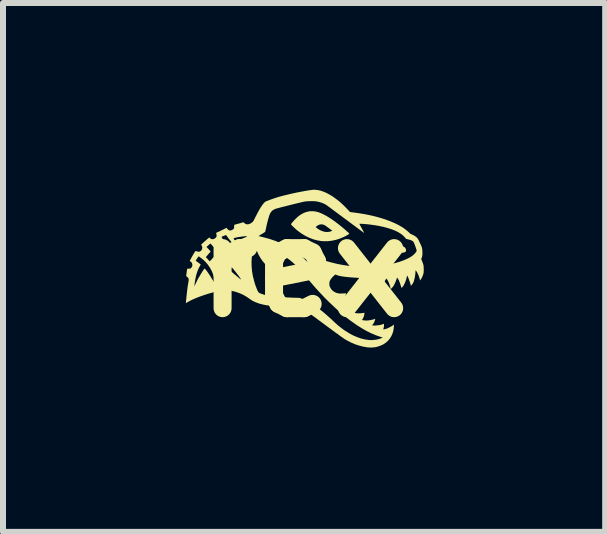
<source format=kicad_pcb>
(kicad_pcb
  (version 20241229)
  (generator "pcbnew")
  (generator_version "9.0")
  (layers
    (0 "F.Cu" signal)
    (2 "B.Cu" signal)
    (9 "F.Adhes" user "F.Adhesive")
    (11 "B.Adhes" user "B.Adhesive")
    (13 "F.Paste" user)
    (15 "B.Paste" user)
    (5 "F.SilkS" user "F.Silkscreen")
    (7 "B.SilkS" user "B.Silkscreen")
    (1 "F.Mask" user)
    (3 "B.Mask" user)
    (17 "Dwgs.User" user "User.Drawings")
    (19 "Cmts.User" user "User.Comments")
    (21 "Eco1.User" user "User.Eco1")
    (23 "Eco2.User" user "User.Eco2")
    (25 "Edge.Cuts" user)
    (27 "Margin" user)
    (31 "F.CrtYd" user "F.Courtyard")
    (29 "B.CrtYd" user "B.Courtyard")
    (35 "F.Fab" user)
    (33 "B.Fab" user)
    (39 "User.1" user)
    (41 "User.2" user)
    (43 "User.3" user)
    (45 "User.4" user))
  (footprint "rex"
    (layer "F.Cu")
    (at 2.014 1.404)
    (property "Reference" "rex" (at 0 0 0) (layer "F.SilkS") (effects (font (size 1.5 1.5) (thickness 0.3))))
    (attr board_only exclude_from_pos_files exclude_from_bom)
    (fp_poly (pts (xy 1.584 -0.367) (xy 1.606 -0.365) (xy 1.622 -0.362) (xy 1.622 -0.362) (xy 1.65 -0.352) (xy 1.672 -0.338) (xy 1.688 -0.321) (xy 1.697 -0.301) (xy 1.699 -0.282) (xy 1.695 -0.268) (xy 1.685 -0.257) (xy 1.669 -0.25) (xy 1.662 -0.248) (xy 1.641 -0.245) (xy 1.625 -0.244) (xy 1.611 -0.248) (xy 1.601 -0.252) (xy 1.589 -0.26) (xy 1.58 -0.269) (xy 1.577 -0.273) (xy 1.572 -0.279) (xy 1.566 -0.283) (xy 1.556 -0.288) (xy 1.541 -0.293) (xy 1.534 -0.296) (xy 1.503 -0.305) (xy 1.476 -0.312) (xy 1.452 -0.317) (xy 1.427 -0.32) (xy 1.401 -0.322) (xy 1.383 -0.322) (xy 1.371 -0.323) (xy 1.364 -0.324) (xy 1.363 -0.325) (xy 1.365 -0.327) (xy 1.369 -0.329) (xy 1.382 -0.334) (xy 1.401 -0.34) (xy 1.423 -0.346) (xy 1.446 -0.352) (xy 1.468 -0.357) (xy 1.487 -0.361) (xy 1.488 -0.362) (xy 1.51 -0.365) (xy 1.534 -0.367) (xy 1.56 -0.367)) (stroke (width 0) (type solid)) (fill yes) (layer "F.SilkS"))
    (fp_poly (pts (xy 0.189 -0.932) (xy 0.239 -0.92) (xy 0.249 -0.916) (xy 0.294 -0.898) (xy 0.342 -0.874) (xy 0.394 -0.845) (xy 0.449 -0.81) (xy 0.506 -0.771) (xy 0.565 -0.726) (xy 0.59 -0.707) (xy 0.609 -0.691) (xy 0.63 -0.674) (xy 0.651 -0.656) (xy 0.673 -0.638) (xy 0.693 -0.62) (xy 0.712 -0.603) (xy 0.728 -0.589) (xy 0.741 -0.577) (xy 0.75 -0.568) (xy 0.754 -0.563) (xy 0.754 -0.563) (xy 0.751 -0.559) (xy 0.742 -0.552) (xy 0.729 -0.544) (xy 0.712 -0.534) (xy 0.694 -0.524) (xy 0.674 -0.514) (xy 0.66 -0.507) (xy 0.595 -0.48) (xy 0.529 -0.459) (xy 0.461 -0.445) (xy 0.393 -0.437) (xy 0.326 -0.437) (xy 0.289 -0.439) (xy 0.223 -0.45) (xy 0.157 -0.467) (xy 0.092 -0.492) (xy 0.027 -0.523) (xy -0.036 -0.56) (xy -0.096 -0.603) (xy -0.107 -0.612) (xy -0.12 -0.622) (xy -0.135 -0.635) (xy -0.151 -0.65) (xy -0.167 -0.665) (xy -0.174 -0.672) (xy 0.193 -0.672) (xy 0.203 -0.664) (xy 0.239 -0.637) (xy 0.276 -0.616) (xy 0.314 -0.601) (xy 0.352 -0.592) (xy 0.389 -0.59) (xy 0.423 -0.594) (xy 0.437 -0.598) (xy 0.451 -0.603) (xy 0.458 -0.606) (xy 0.469 -0.612) (xy 0.412 -0.655) (xy 0.393 -0.669) (xy 0.374 -0.683) (xy 0.357 -0.695) (xy 0.343 -0.704) (xy 0.334 -0.708) (xy 0.308 -0.716) (xy 0.281 -0.718) (xy 0.254 -0.712) (xy 0.227 -0.7) (xy 0.208 -0.685) (xy 0.193 -0.672) (xy -0.174 -0.672) (xy -0.183 -0.68) (xy -0.196 -0.693) (xy -0.207 -0.705) (xy -0.215 -0.713) (xy -0.218 -0.717) (xy -0.218 -0.717) (xy -0.215 -0.724) (xy -0.208 -0.735) (xy -0.197 -0.749) (xy -0.182 -0.765) (xy -0.166 -0.783) (xy -0.149 -0.801) (xy -0.131 -0.819) (xy -0.113 -0.836) (xy -0.097 -0.85) (xy -0.095 -0.852) (xy -0.05 -0.884) (xy -0.004 -0.908) (xy 0.043 -0.925) (xy 0.091 -0.935) (xy 0.14 -0.937)) (stroke (width 0) (type solid)) (fill yes) (layer "F.SilkS"))
    (fp_poly (pts (xy 0.218 -1.29) (xy 0.267 -1.281) (xy 0.318 -1.264) (xy 0.371 -1.242) (xy 0.425 -1.213) (xy 0.481 -1.179) (xy 0.533 -1.141) (xy 0.568 -1.114) (xy 0.601 -1.087) (xy 0.634 -1.057) (xy 0.668 -1.025) (xy 0.704 -0.988) (xy 0.743 -0.947) (xy 0.744 -0.946) (xy 0.765 -0.923) (xy 0.828 -0.915) (xy 0.926 -0.901) (xy 1.022 -0.885) (xy 1.114 -0.866) (xy 1.204 -0.844) (xy 1.289 -0.82) (xy 1.369 -0.794) (xy 1.445 -0.765) (xy 1.515 -0.735) (xy 1.579 -0.703) (xy 1.636 -0.67) (xy 1.648 -0.662) (xy 1.665 -0.65) (xy 1.684 -0.636) (xy 1.703 -0.621) (xy 1.722 -0.605) (xy 1.738 -0.591) (xy 1.751 -0.579) (xy 1.76 -0.57) (xy 1.76 -0.57) (xy 1.77 -0.561) (xy 1.787 -0.553) (xy 1.794 -0.55) (xy 1.817 -0.539) (xy 1.841 -0.526) (xy 1.862 -0.511) (xy 1.88 -0.495) (xy 1.885 -0.49) (xy 1.894 -0.478) (xy 1.903 -0.463) (xy 1.91 -0.45) (xy 1.917 -0.435) (xy 1.925 -0.417) (xy 1.934 -0.398) (xy 1.937 -0.392) (xy 1.95 -0.364) (xy 1.959 -0.341) (xy 1.965 -0.319) (xy 1.969 -0.297) (xy 1.97 -0.272) (xy 1.971 -0.248) (xy 1.971 -0.225) (xy 1.97 -0.209) (xy 1.969 -0.196) (xy 1.967 -0.186) (xy 1.964 -0.175) (xy 1.961 -0.166) (xy 1.951 -0.138) (xy 1.962 -0.114) (xy 1.968 -0.099) (xy 1.975 -0.08) (xy 1.981 -0.061) (xy 1.983 -0.057) (xy 1.987 -0.043) (xy 1.989 -0.031) (xy 1.991 -0.018) (xy 1.992 -0.002) (xy 1.993 0.017) (xy 1.993 0.032) (xy 1.993 0.055) (xy 1.992 0.073) (xy 1.991 0.086) (xy 1.989 0.098) (xy 1.986 0.109) (xy 1.984 0.116) (xy 1.976 0.139) (xy 1.966 0.162) (xy 1.955 0.184) (xy 1.944 0.201) (xy 1.941 0.204) (xy 1.932 0.216) (xy 1.928 0.199) (xy 1.917 0.161) (xy 1.904 0.126) (xy 1.89 0.096) (xy 1.876 0.071) (xy 1.868 0.06) (xy 1.857 0.047) (xy 1.855 0.081) (xy 1.851 0.122) (xy 1.845 0.161) (xy 1.837 0.196) (xy 1.829 0.227) (xy 1.819 0.252) (xy 1.813 0.264) (xy 1.805 0.277) (xy 1.794 0.289) (xy 1.792 0.292) (xy 1.779 0.304) (xy 1.769 0.267) (xy 1.764 0.25) (xy 1.757 0.231) (xy 1.75 0.211) (xy 1.743 0.191) (xy 1.736 0.173) (xy 1.729 0.157) (xy 1.723 0.145) (xy 1.72 0.138) (xy 1.718 0.137) (xy 1.716 0.141) (xy 1.713 0.15) (xy 1.71 0.16) (xy 1.702 0.195) (xy 1.691 0.228) (xy 1.678 0.259) (xy 1.665 0.287) (xy 1.652 0.31) (xy 1.638 0.327) (xy 1.638 0.327) (xy 1.629 0.336) (xy 1.624 0.339) (xy 1.622 0.339) (xy 1.62 0.335) (xy 1.62 0.334) (xy 1.608 0.294) (xy 1.597 0.262) (xy 1.588 0.236) (xy 1.581 0.219) (xy 1.572 0.202) (xy 1.563 0.187) (xy 1.556 0.177) (xy 1.551 0.172) (xy 1.548 0.173) (xy 1.547 0.173) (xy 1.536 0.206) (xy 1.523 0.241) (xy 1.508 0.274) (xy 1.507 0.277) (xy 1.495 0.299) (xy 1.484 0.316) (xy 1.472 0.331) (xy 1.465 0.339) (xy 1.442 0.362) (xy 1.439 0.345) (xy 1.43 0.307) (xy 1.418 0.271) (xy 1.405 0.239) (xy 1.391 0.212) (xy 1.381 0.198) (xy 1.37 0.184) (xy 1.355 0.209) (xy 1.338 0.238) (xy 1.32 0.265) (xy 1.301 0.29) (xy 1.283 0.312) (xy 1.265 0.33) (xy 1.25 0.342) (xy 1.238 0.348) (xy 1.23 0.35) (xy 1.227 0.349) (xy 1.226 0.344) (xy 1.226 0.343) (xy 1.225 0.324) (xy 1.221 0.3) (xy 1.215 0.274) (xy 1.207 0.248) (xy 1.199 0.224) (xy 1.19 0.204) (xy 1.186 0.197) (xy 1.175 0.18) (xy 1.15 0.213) (xy 1.125 0.244) (xy 1.098 0.27) (xy 1.071 0.292) (xy 1.044 0.308) (xy 1.019 0.319) (xy 1.009 0.321) (xy 0.996 0.323) (xy 0.995 0.267) (xy 0.995 0.238) (xy 0.993 0.214) (xy 0.99 0.195) (xy 0.987 0.183) (xy 0.983 0.179) (xy 0.979 0.178) (xy 0.968 0.177) (xy 0.952 0.176) (xy 0.932 0.175) (xy 0.908 0.173) (xy 0.894 0.173) (xy 0.832 0.169) (xy 0.774 0.165) (xy 0.721 0.16) (xy 0.674 0.155) (xy 0.633 0.149) (xy 0.597 0.142) (xy 0.568 0.135) (xy 0.546 0.128) (xy 0.533 0.121) (xy 0.527 0.118) (xy 0.522 0.119) (xy 0.515 0.123) (xy 0.511 0.126) (xy 0.49 0.144) (xy 0.47 0.165) (xy 0.452 0.187) (xy 0.438 0.208) (xy 0.436 0.211) (xy 0.429 0.225) (xy 0.425 0.235) (xy 0.423 0.245) (xy 0.422 0.258) (xy 0.422 0.272) (xy 0.422 0.289) (xy 0.423 0.301) (xy 0.426 0.312) (xy 0.431 0.324) (xy 0.436 0.334) (xy 0.455 0.365) (xy 0.479 0.39) (xy 0.509 0.41) (xy 0.543 0.425) (xy 0.555 0.428) (xy 0.57 0.431) (xy 0.584 0.434) (xy 0.598 0.435) (xy 0.616 0.435) (xy 0.635 0.434) (xy 0.654 0.433) (xy 0.671 0.432) (xy 0.684 0.431) (xy 0.691 0.43) (xy 0.691 0.429) (xy 0.695 0.428) (xy 0.697 0.431) (xy 0.696 0.438) (xy 0.696 0.445) (xy 0.69 0.479) (xy 0.681 0.512) (xy 0.671 0.541) (xy 0.66 0.565) (xy 0.65 0.58) (xy 0.641 0.593) (xy 0.658 0.6) (xy 0.681 0.607) (xy 0.709 0.611) (xy 0.74 0.612) (xy 0.773 0.61) (xy 0.806 0.605) (xy 0.817 0.602) (xy 0.837 0.597) (xy 0.834 0.612) (xy 0.827 0.644) (xy 0.817 0.675) (xy 0.803 0.704) (xy 0.788 0.728) (xy 0.787 0.728) (xy 0.776 0.743) (xy 0.785 0.746) (xy 0.799 0.75) (xy 0.818 0.754) (xy 0.84 0.758) (xy 0.863 0.761) (xy 0.883 0.763) (xy 0.899 0.764) (xy 0.919 0.764) (xy 0.94 0.763) (xy 0.961 0.761) (xy 0.979 0.759) (xy 0.993 0.757) (xy 1 0.755) (xy 1.003 0.754) (xy 1.005 0.758) (xy 1.005 0.765) (xy 1.004 0.776) (xy 0.998 0.808) (xy 0.988 0.835) (xy 0.977 0.855) (xy 0.971 0.865) (xy 0.967 0.872) (xy 0.967 0.876) (xy 0.975 0.878) (xy 0.988 0.88) (xy 1.005 0.882) (xy 1.024 0.884) (xy 1.042 0.884) (xy 1.057 0.884) (xy 1.081 0.881) (xy 1.108 0.876) (xy 1.135 0.871) (xy 1.158 0.865) (xy 1.169 0.861) (xy 1.185 0.855) (xy 1.183 0.869) (xy 1.177 0.889) (xy 1.169 0.911) (xy 1.158 0.931) (xy 1.147 0.947) (xy 1.138 0.956) (xy 1.134 0.961) (xy 1.136 0.963) (xy 1.139 0.964) (xy 1.151 0.967) (xy 1.169 0.968) (xy 1.191 0.967) (xy 1.216 0.965) (xy 1.242 0.962) (xy 1.266 0.958) (xy 1.289 0.953) (xy 1.3 0.949) (xy 1.331 0.939) (xy 1.331 0.965) (xy 1.33 0.985) (xy 1.326 1.004) (xy 1.324 1.012) (xy 1.317 1.031) (xy 1.325 1.031) (xy 1.342 1.029) (xy 1.363 1.023) (xy 1.387 1.015) (xy 1.412 1.003) (xy 1.438 0.99) (xy 1.463 0.976) (xy 1.472 0.97) (xy 1.497 0.952) (xy 1.495 0.991) (xy 1.489 1.044) (xy 1.476 1.093) (xy 1.456 1.139) (xy 1.431 1.181) (xy 1.4 1.219) (xy 1.364 1.251) (xy 1.323 1.279) (xy 1.308 1.287) (xy 1.256 1.309) (xy 1.204 1.325) (xy 1.15 1.333) (xy 1.095 1.334) (xy 1.055 1.331) (xy 0.99 1.32) (xy 0.922 1.303) (xy 0.854 1.281) (xy 0.787 1.253) (xy 0.723 1.22) (xy 0.677 1.194) (xy 0.668 1.188) (xy 0.654 1.178) (xy 0.634 1.164) (xy 0.61 1.147) (xy 0.582 1.126) (xy 0.55 1.103) (xy 0.515 1.078) (xy 0.477 1.05) (xy 0.437 1.02) (xy 0.395 0.99) (xy 0.352 0.958) (xy 0.324 0.937) (xy 0.281 0.905) (xy 0.239 0.874) (xy 0.199 0.844) (xy 0.161 0.816) (xy 0.125 0.791) (xy 0.093 0.767) (xy 0.064 0.746) (xy 0.04 0.729) (xy 0.019 0.714) (xy 0.004 0.703) (xy -0.007 0.696) (xy -0.011 0.694) (xy -0.047 0.678) (xy -0.09 0.665) (xy -0.137 0.654) (xy -0.188 0.646) (xy -0.241 0.641) (xy -0.295 0.638) (xy -0.349 0.639) (xy -0.426 0.642) (xy -0.496 0.641) (xy -0.562 0.637) (xy -0.623 0.63) (xy -0.68 0.619) (xy -0.735 0.605) (xy -0.761 0.597) (xy -0.808 0.579) (xy -0.848 0.561) (xy -0.88 0.542) (xy -0.893 0.533) (xy -0.955 0.49) (xy -1.017 0.454) (xy -1.081 0.426) (xy -1.146 0.404) (xy -1.156 0.402) (xy -1.192 0.393) (xy -1.226 0.387) (xy -1.26 0.384) (xy -1.296 0.382) (xy -1.313 0.382) (xy -1.339 0.383) (xy -1.364 0.384) (xy -1.389 0.387) (xy -1.414 0.391) (xy -1.443 0.397) (xy -1.475 0.404) (xy -1.513 0.414) (xy -1.521 0.417) (xy -1.596 0.438) (xy -1.667 0.461) (xy -1.733 0.484) (xy -1.795 0.508) (xy -1.851 0.532) (xy -1.9 0.556) (xy -1.943 0.58) (xy -1.944 0.58) (xy -1.969 0.596) (xy -1.967 0.575) (xy -1.966 0.564) (xy -1.965 0.548) (xy -1.963 0.527) (xy -1.96 0.504) (xy -1.958 0.479) (xy -1.957 0.474) (xy -1.949 0.4) (xy -1.941 0.334) (xy -1.939 0.321) (xy -1.827 0.321) (xy -1.815 0.291) (xy -1.808 0.276) (xy -1.799 0.256) (xy -1.789 0.235) (xy -1.781 0.219) (xy -1.771 0.199) (xy -1.759 0.177) (xy -1.745 0.154) (xy -1.731 0.13) (xy -1.717 0.106) (xy -1.703 0.084) (xy -1.69 0.063) (xy -1.678 0.045) (xy -1.669 0.031) (xy -1.662 0.022) (xy -1.658 0.019) (xy -1.658 0.019) (xy -1.652 0.022) (xy -1.643 0.031) (xy -1.631 0.045) (xy -1.616 0.064) (xy -1.6 0.087) (xy -1.582 0.114) (xy -1.563 0.143) (xy -1.543 0.175) (xy -1.523 0.208) (xy -1.512 0.226) (xy -1.502 0.242) (xy -1.494 0.254) (xy -1.489 0.262) (xy -1.488 0.264) (xy -1.486 0.263) (xy -1.486 0.256) (xy -1.486 0.244) (xy -1.488 0.229) (xy -1.49 0.211) (xy -1.493 0.193) (xy -1.496 0.18) (xy -1.514 0.118) (xy -1.538 0.058) (xy -1.569 0.001) (xy -1.606 -0.051) (xy -1.649 -0.1) (xy -1.676 -0.125) (xy -1.689 -0.136) (xy -1.703 -0.148) (xy -1.719 -0.159) (xy -1.733 -0.169) (xy -1.738 -0.173) (xy -1.636 -0.173) (xy -1.624 -0.159) (xy -1.615 -0.149) (xy -1.603 -0.136) (xy -1.592 -0.123) (xy -1.591 -0.123) (xy -1.571 -0.101) (xy -1.544 -0.13) (xy -1.531 -0.144) (xy -1.517 -0.159) (xy -1.506 -0.171) (xy -1.501 -0.176) (xy -1.486 -0.193) (xy -1.432 -0.137) (xy -1.411 -0.116) (xy -1.387 -0.092) (xy -1.363 -0.068) (xy -1.34 -0.046) (xy -1.326 -0.033) (xy -1.306 -0.015) (xy -1.285 0.005) (xy -1.261 0.026) (xy -1.235 0.048) (xy -1.209 0.071) (xy -1.183 0.093) (xy -1.158 0.115) (xy -1.133 0.135) (xy -1.111 0.154) (xy -1.091 0.171) (xy -1.074 0.184) (xy -1.061 0.194) (xy -1.052 0.201) (xy -1.049 0.202) (xy -1.05 0.2) (xy -1.054 0.192) (xy -1.061 0.181) (xy -1.069 0.169) (xy -1.091 0.138) (xy -1.118 0.103) (xy -1.15 0.062) (xy -1.187 0.017) (xy -1.229 -0.032) (xy -1.275 -0.085) (xy -1.293 -0.106) (xy -0.875 -0.106) (xy -0.874 -0.025) (xy -0.867 0.058) (xy -0.853 0.143) (xy -0.831 0.229) (xy -0.816 0.28) (xy -0.808 0.303) (xy -0.798 0.329) (xy -0.789 0.353) (xy -0.782 0.371) (xy -0.773 0.39) (xy -0.766 0.403) (xy -0.758 0.414) (xy -0.749 0.422) (xy -0.736 0.429) (xy -0.718 0.437) (xy -0.696 0.444) (xy -0.661 0.456) (xy -0.62 0.465) (xy -0.574 0.474) (xy -0.521 0.482) (xy -0.463 0.488) (xy -0.398 0.494) (xy -0.326 0.498) (xy -0.247 0.501) (xy -0.212 0.503) (xy -0.077 0.507) (xy -0.041 0.518) (xy 0.003 0.536) (xy 0.051 0.559) (xy 0.103 0.588) (xy 0.157 0.623) (xy 0.215 0.663) (xy 0.274 0.707) (xy 0.335 0.757) (xy 0.397 0.811) (xy 0.461 0.869) (xy 0.482 0.889) (xy 0.526 0.93) (xy 0.568 0.967) (xy 0.609 1) (xy 0.65 1.031) (xy 0.693 1.061) (xy 0.695 1.061) (xy 0.759 1.101) (xy 0.823 1.135) (xy 0.888 1.162) (xy 0.951 1.184) (xy 1.013 1.199) (xy 1.07 1.207) (xy 1.091 1.209) (xy 1.107 1.21) (xy 1.12 1.21) (xy 1.133 1.21) (xy 1.147 1.209) (xy 1.164 1.207) (xy 1.201 1.203) (xy 1.236 1.195) (xy 1.268 1.186) (xy 1.288 1.178) (xy 1.311 1.168) (xy 1.266 1.154) (xy 1.192 1.128) (xy 1.117 1.096) (xy 1.04 1.058) (xy 0.962 1.013) (xy 0.882 0.963) (xy 0.8 0.905) (xy 0.759 0.876) (xy 0.679 0.813) (xy 0.596 0.744) (xy 0.513 0.668) (xy 0.428 0.588) (xy 0.343 0.504) (xy 0.259 0.415) (xy 0.176 0.324) (xy 0.095 0.229) (xy 0.027 0.146) (xy -0.034 0.073) (xy -0.095 0.008) (xy -0.154 -0.051) (xy -0.213 -0.104) (xy -0.273 -0.15) (xy -0.333 -0.19) (xy -0.393 -0.225) (xy -0.398 -0.227) (xy -0.421 -0.238) (xy -0.445 -0.249) (xy -0.468 -0.259) (xy -0.491 -0.267) (xy -0.51 -0.274) (xy -0.527 -0.279) (xy -0.539 -0.281) (xy -0.546 -0.28) (xy -0.546 -0.28) (xy -0.546 -0.276) (xy -0.544 -0.266) (xy -0.541 -0.249) (xy -0.536 -0.228) (xy -0.531 -0.202) (xy -0.525 -0.172) (xy -0.518 -0.14) (xy -0.512 -0.111) (xy -0.504 -0.077) (xy -0.498 -0.044) (xy -0.491 -0.015) (xy -0.486 0.01) (xy -0.482 0.031) (xy -0.479 0.046) (xy -0.478 0.056) (xy -0.477 0.059) (xy -0.482 0.058) (xy -0.492 0.055) (xy -0.505 0.049) (xy -0.52 0.041) (xy -0.537 0.032) (xy -0.553 0.022) (xy -0.556 0.02) (xy -0.605 -0.016) (xy -0.65 -0.058) (xy -0.691 -0.106) (xy -0.728 -0.16) (xy -0.761 -0.218) (xy -0.788 -0.282) (xy -0.801 -0.317) (xy -0.807 -0.335) (xy -0.813 -0.351) (xy -0.817 -0.363) (xy -0.819 -0.37) (xy -0.819 -0.37) (xy -0.821 -0.368) (xy -0.824 -0.359) (xy -0.829 -0.346) (xy -0.834 -0.331) (xy -0.839 -0.314) (xy -0.845 -0.296) (xy -0.85 -0.281) (xy -0.853 -0.268) (xy -0.855 -0.261) (xy -0.869 -0.184) (xy -0.875 -0.106) (xy -1.293 -0.106) (xy -1.326 -0.142) (xy -1.38 -0.203) (xy -1.438 -0.267) (xy -1.451 -0.281) (xy -1.472 -0.303) (xy -1.491 -0.324) (xy -1.509 -0.343) (xy -1.524 -0.36) (xy -1.528 -0.364) (xy -1.43 -0.364) (xy -1.429 -0.361) (xy -1.423 -0.353) (xy -1.415 -0.342) (xy -1.406 -0.33) (xy -1.396 -0.318) (xy -1.387 -0.308) (xy -1.38 -0.3) (xy -1.376 -0.296) (xy -1.376 -0.296) (xy -1.372 -0.298) (xy -1.363 -0.304) (xy -1.35 -0.312) (xy -1.335 -0.322) (xy -1.322 -0.33) (xy -1.305 -0.341) (xy -1.29 -0.351) (xy -1.278 -0.358) (xy -1.271 -0.363) (xy -1.269 -0.364) (xy -1.265 -0.361) (xy -1.258 -0.355) (xy -1.248 -0.345) (xy -1.245 -0.342) (xy -1.209 -0.309) (xy -1.166 -0.28) (xy -1.119 -0.256) (xy -1.066 -0.237) (xy -1.018 -0.225) (xy -1.001 -0.222) (xy -0.986 -0.219) (xy -0.974 -0.218) (xy -0.971 -0.218) (xy -0.964 -0.218) (xy -0.962 -0.219) (xy -0.966 -0.221) (xy -0.976 -0.226) (xy -0.978 -0.227) (xy -1.014 -0.246) (xy -1.053 -0.272) (xy -1.092 -0.304) (xy -1.133 -0.341) (xy -1.174 -0.383) (xy -1.215 -0.43) (xy -1.255 -0.48) (xy -1.257 -0.483) (xy -1.173 -0.483) (xy -1.172 -0.479) (xy -1.169 -0.472) (xy -1.163 -0.463) (xy -1.16 -0.46) (xy -1.152 -0.447) (xy -1.145 -0.44) (xy -1.14 -0.437) (xy -1.136 -0.437) (xy -1.136 -0.437) (xy -1.13 -0.439) (xy -1.119 -0.444) (xy -1.102 -0.45) (xy -1.082 -0.458) (xy -1.059 -0.468) (xy -1.034 -0.478) (xy -1.006 -0.49) (xy -0.985 -0.498) (xy -0.969 -0.505) (xy -0.958 -0.51) (xy -0.952 -0.514) (xy -0.949 -0.516) (xy -0.95 -0.517) (xy -0.953 -0.518) (xy -0.957 -0.519) (xy -0.972 -0.52) (xy -0.994 -0.519) (xy -1.02 -0.516) (xy -1.05 -0.512) (xy -1.082 -0.507) (xy -1.106 -0.503) (xy -1.132 -0.498) (xy -1.15 -0.494) (xy -1.163 -0.49) (xy -1.17 -0.487) (xy -1.173 -0.483) (xy -1.257 -0.483) (xy -1.275 -0.507) (xy -1.285 -0.521) (xy -1.286 -0.523) (xy -0.757 -0.523) (xy -0.753 -0.522) (xy -0.743 -0.519) (xy -0.728 -0.515) (xy -0.709 -0.511) (xy -0.687 -0.505) (xy -0.679 -0.503) (xy -0.575 -0.475) (xy -0.478 -0.442) (xy -0.385 -0.404) (xy -0.298 -0.361) (xy -0.214 -0.314) (xy -0.135 -0.261) (xy -0.09 -0.227) (xy -0.072 -0.213) (xy -0.051 -0.194) (xy -0.028 -0.173) (xy -0.005 -0.151) (xy 0.017 -0.13) (xy 0.037 -0.109) (xy 0.053 -0.092) (xy 0.059 -0.084) (xy 0.075 -0.066) (xy 0.067 -0.086) (xy 0.058 -0.114) (xy 0.052 -0.142) (xy 0.049 -0.173) (xy 0.047 -0.209) (xy 0.047 -0.211) (xy 0.047 -0.23) (xy 0.048 -0.246) (xy 0.049 -0.258) (xy 0.05 -0.264) (xy 0.05 -0.265) (xy 0.054 -0.265) (xy 0.062 -0.26) (xy 0.063 -0.259) (xy 0.096 -0.235) (xy 0.136 -0.21) (xy 0.179 -0.186) (xy 0.224 -0.163) (xy 0.271 -0.142) (xy 0.313 -0.126) (xy 0.39 -0.1) (xy 0.473 -0.078) (xy 0.561 -0.057) (xy 0.653 -0.04) (xy 0.748 -0.026) (xy 0.804 -0.019) (xy 0.836 -0.016) (xy 0.87 -0.013) (xy 0.904 -0.01) (xy 0.937 -0.007) (xy 0.968 -0.005) (xy 0.997 -0.004) (xy 1.022 -0.003) (xy 1.041 -0.002) (xy 1.054 -0.002) (xy 1.056 -0.003) (xy 1.064 -0.003) (xy 1.077 -0.004) (xy 1.095 -0.006) (xy 1.114 -0.008) (xy 1.114 -0.008) (xy 1.205 -0.017) (xy 1.292 -0.028) (xy 1.374 -0.042) (xy 1.452 -0.058) (xy 1.525 -0.075) (xy 1.593 -0.095) (xy 1.654 -0.117) (xy 1.709 -0.14) (xy 1.758 -0.165) (xy 1.789 -0.184) (xy 1.81 -0.199) (xy 1.829 -0.216) (xy 1.846 -0.233) (xy 1.86 -0.25) (xy 1.87 -0.265) (xy 1.875 -0.277) (xy 1.875 -0.28) (xy 1.874 -0.286) (xy 1.871 -0.298) (xy 1.866 -0.314) (xy 1.86 -0.332) (xy 1.859 -0.336) (xy 1.848 -0.365) (xy 1.84 -0.388) (xy 1.832 -0.406) (xy 1.826 -0.419) (xy 1.819 -0.429) (xy 1.812 -0.436) (xy 1.803 -0.442) (xy 1.796 -0.447) (xy 1.785 -0.451) (xy 1.77 -0.457) (xy 1.753 -0.462) (xy 1.736 -0.467) (xy 1.721 -0.471) (xy 1.71 -0.472) (xy 1.708 -0.473) (xy 1.7 -0.475) (xy 1.691 -0.484) (xy 1.688 -0.489) (xy 1.68 -0.499) (xy 1.668 -0.512) (xy 1.655 -0.525) (xy 1.651 -0.529) (xy 1.614 -0.559) (xy 1.57 -0.586) (xy 1.52 -0.611) (xy 1.462 -0.634) (xy 1.398 -0.655) (xy 1.327 -0.674) (xy 1.25 -0.691) (xy 1.167 -0.705) (xy 1.128 -0.71) (xy 1.098 -0.714) (xy 1.067 -0.718) (xy 1.036 -0.721) (xy 1.008 -0.723) (xy 0.982 -0.725) (xy 0.96 -0.727) (xy 0.943 -0.727) (xy 0.933 -0.727) (xy 0.92 -0.726) (xy 0.961 -0.651) (xy 0.973 -0.63) (xy 0.983 -0.611) (xy 0.991 -0.595) (xy 0.997 -0.583) (xy 1 -0.576) (xy 1 -0.575) (xy 0.997 -0.577) (xy 0.988 -0.583) (xy 0.974 -0.593) (xy 0.956 -0.607) (xy 0.932 -0.624) (xy 0.905 -0.644) (xy 0.874 -0.667) (xy 0.841 -0.692) (xy 0.804 -0.719) (xy 0.765 -0.748) (xy 0.724 -0.779) (xy 0.695 -0.8) (xy 0.653 -0.831) (xy 0.612 -0.862) (xy 0.572 -0.891) (xy 0.535 -0.919) (xy 0.501 -0.944) (xy 0.47 -0.967) (xy 0.443 -0.988) (xy 0.419 -1.005) (xy 0.4 -1.019) (xy 0.386 -1.029) (xy 0.378 -1.036) (xy 0.375 -1.037) (xy 0.338 -1.059) (xy 0.295 -1.077) (xy 0.248 -1.091) (xy 0.219 -1.098) (xy 0.197 -1.101) (xy 0.169 -1.103) (xy 0.138 -1.104) (xy 0.105 -1.104) (xy 0.073 -1.103) (xy 0.042 -1.101) (xy 0.016 -1.098) (xy 0.012 -1.098) (xy 0.001 -1.096) (xy -0.016 -1.092) (xy -0.038 -1.087) (xy -0.065 -1.08) (xy -0.096 -1.073) (xy -0.129 -1.065) (xy -0.165 -1.056) (xy -0.203 -1.047) (xy -0.241 -1.037) (xy -0.279 -1.028) (xy -0.315 -1.018) (xy -0.35 -1.01) (xy -0.383 -1.001) (xy -0.412 -0.994) (xy -0.436 -0.987) (xy -0.456 -0.982) (xy -0.47 -0.978) (xy -0.476 -0.976) (xy -0.507 -0.961) (xy -0.532 -0.944) (xy -0.551 -0.922) (xy -0.566 -0.897) (xy -0.574 -0.88) (xy -0.582 -0.856) (xy -0.591 -0.826) (xy -0.601 -0.792) (xy -0.611 -0.754) (xy -0.621 -0.712) (xy -0.628 -0.679) (xy -0.633 -0.655) (xy -0.638 -0.634) (xy -0.642 -0.616) (xy -0.645 -0.603) (xy -0.647 -0.596) (xy -0.647 -0.594) (xy -0.65 -0.591) (xy -0.659 -0.585) (xy -0.672 -0.576) (xy -0.688 -0.566) (xy -0.703 -0.557) (xy -0.721 -0.546) (xy -0.736 -0.537) (xy -0.748 -0.529) (xy -0.755 -0.525) (xy -0.757 -0.523) (xy -1.286 -0.523) (xy -1.293 -0.531) (xy -1.298 -0.538) (xy -1.3 -0.54) (xy -1.304 -0.539) (xy -1.314 -0.535) (xy -1.326 -0.53) (xy -1.341 -0.524) (xy -1.354 -0.519) (xy -1.365 -0.514) (xy -1.372 -0.511) (xy -1.374 -0.51) (xy -1.373 -0.506) (xy -1.369 -0.497) (xy -1.362 -0.485) (xy -1.354 -0.471) (xy -1.345 -0.457) (xy -1.338 -0.444) (xy -1.333 -0.436) (xy -1.331 -0.432) (xy -1.334 -0.429) (xy -1.343 -0.423) (xy -1.355 -0.414) (xy -1.371 -0.404) (xy -1.38 -0.398) (xy -1.397 -0.387) (xy -1.412 -0.377) (xy -1.423 -0.37) (xy -1.429 -0.365) (xy -1.43 -0.364) (xy -1.528 -0.364) (xy -1.536 -0.373) (xy -1.544 -0.382) (xy -1.545 -0.384) (xy -1.559 -0.399) (xy -1.574 -0.387) (xy -1.585 -0.377) (xy -1.598 -0.365) (xy -1.606 -0.358) (xy -1.625 -0.341) (xy -1.59 -0.305) (xy -1.578 -0.291) (xy -1.567 -0.279) (xy -1.56 -0.271) (xy -1.556 -0.266) (xy -1.556 -0.266) (xy -1.559 -0.262) (xy -1.566 -0.253) (xy -1.577 -0.24) (xy -1.592 -0.223) (xy -1.609 -0.203) (xy -1.629 -0.181) (xy -1.636 -0.173) (xy -1.738 -0.173) (xy -1.745 -0.178) (xy -1.753 -0.183) (xy -1.757 -0.184) (xy -1.76 -0.181) (xy -1.765 -0.173) (xy -1.773 -0.162) (xy -1.781 -0.149) (xy -1.79 -0.137) (xy -1.797 -0.125) (xy -1.802 -0.117) (xy -1.804 -0.113) (xy -1.801 -0.11) (xy -1.793 -0.104) (xy -1.781 -0.095) (xy -1.766 -0.084) (xy -1.762 -0.081) (xy -1.747 -0.07) (xy -1.735 -0.06) (xy -1.726 -0.053) (xy -1.722 -0.049) (xy -1.721 -0.048) (xy -1.723 -0.044) (xy -1.728 -0.035) (xy -1.735 -0.023) (xy -1.738 -0.018) (xy -1.755 0.013) (xy -1.771 0.051) (xy -1.786 0.093) (xy -1.799 0.139) (xy -1.809 0.187) (xy -1.818 0.236) (xy -1.824 0.285) (xy -1.824 0.293) (xy -1.827 0.321) (xy -1.939 0.321) (xy -1.931 0.274) (xy -1.927 0.249) (xy -1.923 0.225) (xy -1.921 0.206) (xy -1.922 0.192) (xy -1.926 0.181) (xy -1.933 0.171) (xy -1.938 0.165) (xy -1.948 0.157) (xy -1.956 0.15) (xy -1.958 0.148) (xy -1.961 0.146) (xy -1.962 0.143) (xy -1.962 0.138) (xy -1.962 0.129) (xy -1.96 0.115) (xy -1.957 0.096) (xy -1.956 0.084) (xy -1.953 0.064) (xy -1.95 0.046) (xy -1.948 0.033) (xy -1.947 0.024) (xy -1.946 0.022) (xy -1.943 0.022) (xy -1.934 0.021) (xy -1.921 0.021) (xy -1.92 0.021) (xy -1.906 0.02) (xy -1.897 0.019) (xy -1.89 0.016) (xy -1.883 0.01) (xy -1.882 0.009) (xy -1.873 -0.001) (xy -1.866 -0.012) (xy -1.865 -0.014) (xy -1.861 -0.033) (xy -1.861 -0.053) (xy -1.867 -0.072) (xy -1.878 -0.089) (xy -1.891 -0.1) (xy -1.905 -0.107) (xy -1.878 -0.158) (xy -1.862 -0.187) (xy -1.847 -0.213) (xy -1.834 -0.236) (xy -1.821 -0.255) (xy -1.812 -0.267) (xy -1.81 -0.269) (xy -1.804 -0.274) (xy -1.799 -0.274) (xy -1.795 -0.272) (xy -1.779 -0.265) (xy -1.762 -0.261) (xy -1.746 -0.261) (xy -1.742 -0.263) (xy -1.723 -0.272) (xy -1.709 -0.286) (xy -1.699 -0.304) (xy -1.695 -0.323) (xy -1.696 -0.342) (xy -1.704 -0.36) (xy -1.704 -0.362) (xy -1.71 -0.371) (xy -1.713 -0.377) (xy -1.714 -0.378) (xy -1.711 -0.382) (xy -1.704 -0.389) (xy -1.693 -0.4) (xy -1.679 -0.413) (xy -1.663 -0.427) (xy -1.646 -0.442) (xy -1.629 -0.457) (xy -1.613 -0.471) (xy -1.599 -0.483) (xy -1.588 -0.492) (xy -1.581 -0.498) (xy -1.579 -0.499) (xy -1.574 -0.496) (xy -1.572 -0.492) (xy -1.566 -0.486) (xy -1.556 -0.479) (xy -1.551 -0.476) (xy -1.532 -0.47) (xy -1.513 -0.471) (xy -1.493 -0.479) (xy -1.483 -0.485) (xy -1.467 -0.498) (xy -1.459 -0.512) (xy -1.456 -0.529) (xy -1.459 -0.55) (xy -1.459 -0.552) (xy -1.465 -0.575) (xy -1.431 -0.591) (xy -1.415 -0.598) (xy -1.395 -0.608) (xy -1.372 -0.619) (xy -1.35 -0.63) (xy -1.344 -0.633) (xy -1.291 -0.66) (xy -1.281 -0.646) (xy -1.27 -0.633) (xy -1.256 -0.623) (xy -1.241 -0.616) (xy -1.233 -0.615) (xy -1.218 -0.617) (xy -1.202 -0.623) (xy -1.187 -0.631) (xy -1.175 -0.64) (xy -1.173 -0.642) (xy -1.168 -0.651) (xy -1.166 -0.66) (xy -1.165 -0.673) (xy -1.164 -0.682) (xy -1.164 -0.709) (xy -1.151 -0.713) (xy -1.143 -0.715) (xy -1.13 -0.719) (xy -1.112 -0.724) (xy -1.091 -0.73) (xy -1.074 -0.734) (xy -1.011 -0.753) (xy -0.995 -0.739) (xy -0.975 -0.725) (xy -0.953 -0.718) (xy -0.929 -0.719) (xy -0.904 -0.726) (xy -0.887 -0.735) (xy -0.874 -0.744) (xy -0.864 -0.751) (xy -0.854 -0.76) (xy -0.846 -0.771) (xy -0.837 -0.785) (xy -0.828 -0.803) (xy -0.816 -0.827) (xy -0.813 -0.833) (xy -0.789 -0.88) (xy -0.766 -0.924) (xy -0.744 -0.964) (xy -0.722 -1) (xy -0.701 -1.031) (xy -0.682 -1.057) (xy -0.665 -1.077) (xy -0.649 -1.092) (xy -0.641 -1.097) (xy -0.63 -1.102) (xy -0.614 -1.108) (xy -0.594 -1.116) (xy -0.57 -1.125) (xy -0.545 -1.134) (xy -0.518 -1.144) (xy -0.493 -1.152) (xy -0.469 -1.16) (xy -0.456 -1.164) (xy -0.419 -1.176) (xy -0.377 -1.187) (xy -0.333 -1.199) (xy -0.285 -1.21) (xy -0.236 -1.222) (xy -0.187 -1.233) (xy -0.137 -1.244) (xy -0.087 -1.254) (xy -0.04 -1.263) (xy 0.006 -1.272) (xy 0.048 -1.279) (xy 0.087 -1.285) (xy 0.12 -1.29) (xy 0.149 -1.293) (xy 0.17 -1.294) (xy 0.172 -1.294)) (stroke (width 0) (type solid)) (fill yes) (layer "F.SilkS")))
  (gr_rect
    (start -3 -3)
    (end 7.029 5.808)
    (stroke (width 0.1) (type default))
    (fill no)
    (layer "Edge.Cuts")))
</source>
